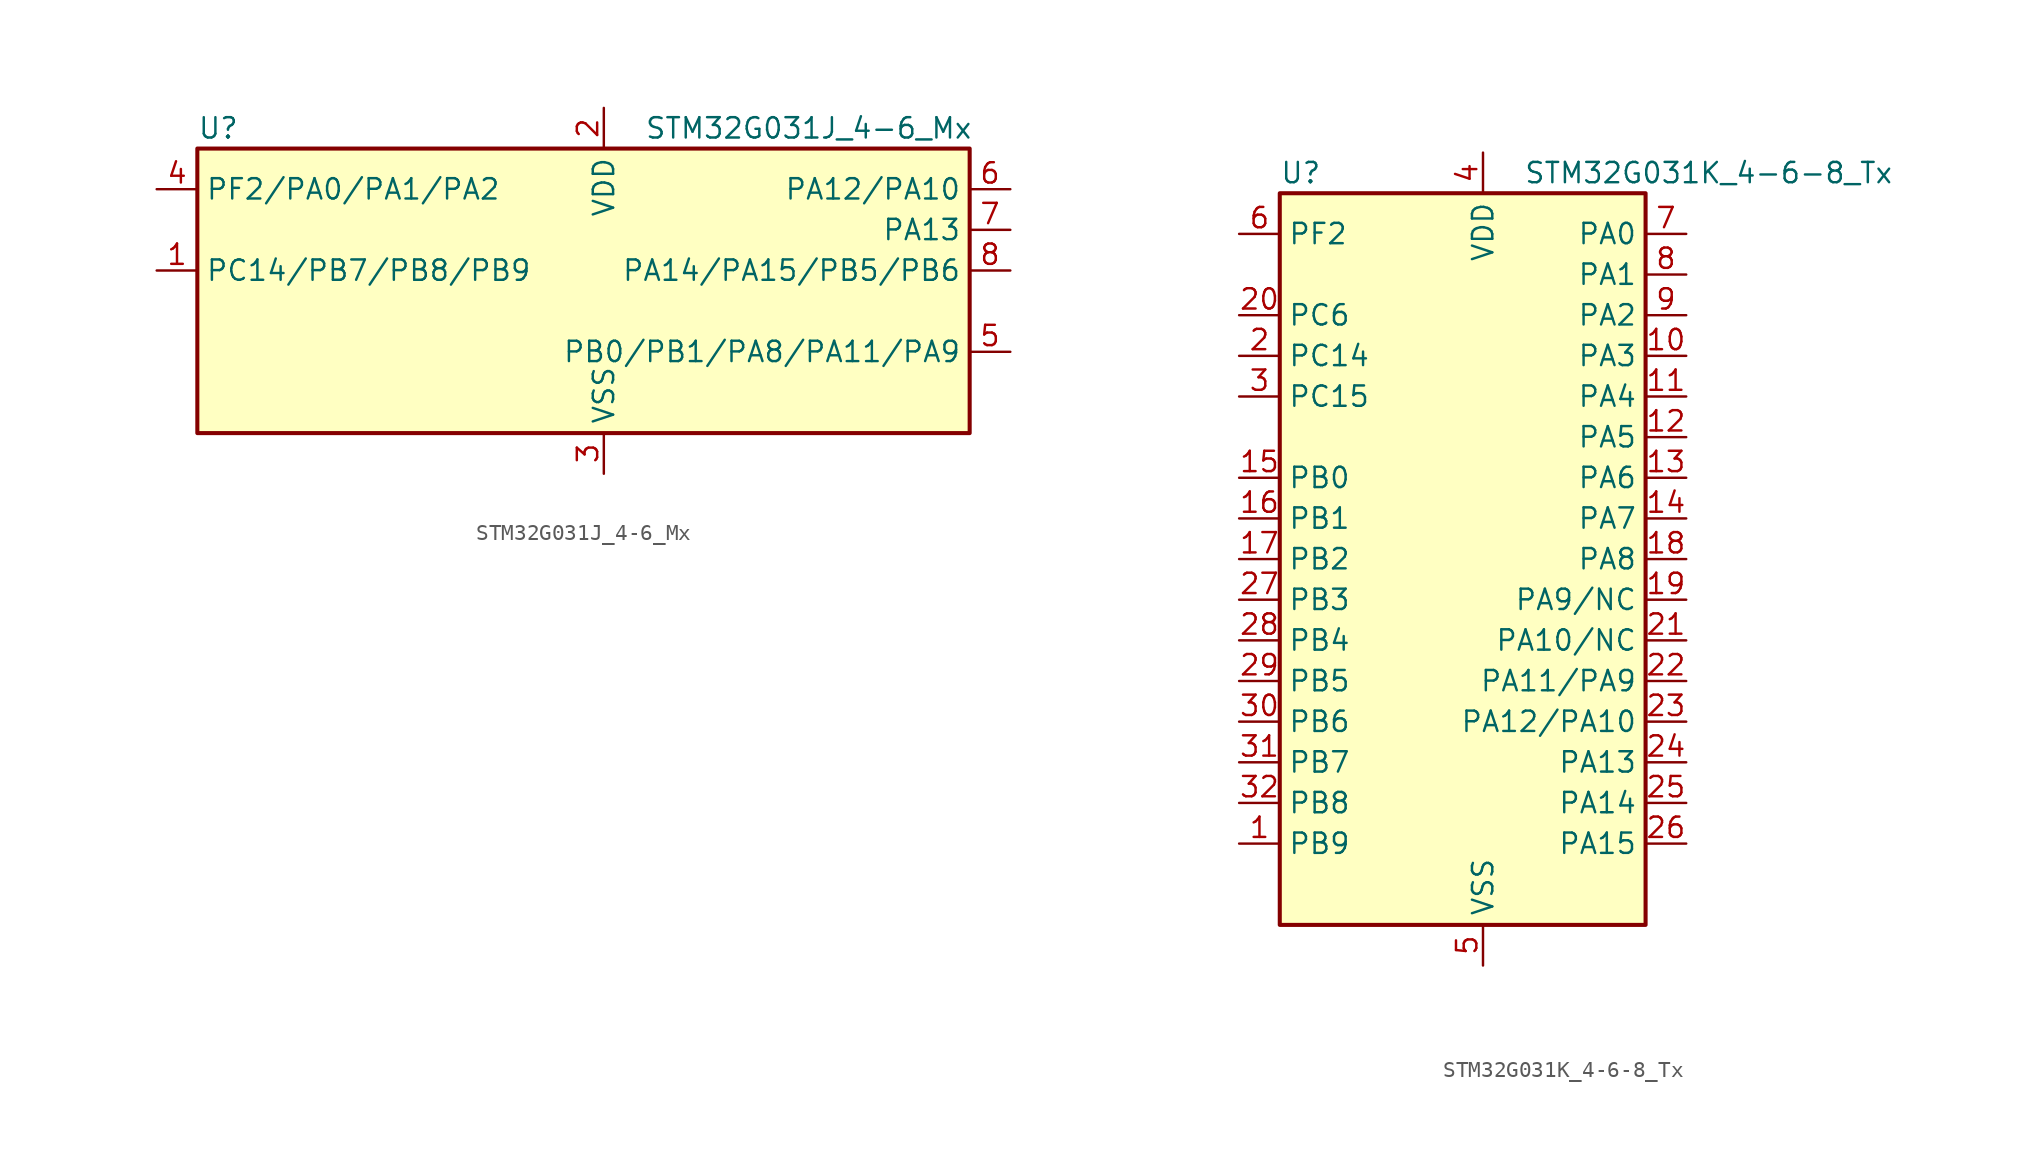
<source format=kicad_sym>
(kicad_symbol_lib
  (version 20211014)
  (generator kicad-library-utils)
  (symbol "STM32G031J_4-6_Mx"
    (property "Reference" "U"
      (at -22.86 11.43 0)
      (effects (font (size 1.27 1.27)) (justify left)))
    (property "Value" "STM32G031J_4-6_Mx"
      (at 5.08 11.43 0)
      (effects (font (size 1.27 1.27)) (justify left)))
    (property "ki_fp_filters" "SO*3.9x4.9mm*P1.27mm*"
      (at 0.0 0.0 0.0)
      (effects (font (size 1.27 1.27))))
    (symbol "STM32G031J_4-6_Mx_0_1"
      (rectangle (start -22.86 -7.62) (end 25.4 10.16) (stroke (width 0.254)) (fill (type background))))
    (symbol "STM32G031J_4-6_Mx_1_1"
      (pin bidirectional line (at -25.4 7.62 0) (length 2.54) (name "PF2/PA0/PA1/PA2" (effects (font (size 1.27 1.27)))) (number "4" (effects (font (size 1.27 1.27)))) (alternate "RCC_MCO" bidirectional line))
      (pin bidirectional line (at -25.4 2.54 0) (length 2.54) (name "PC14/PB7/PB8/PB9" (effects (font (size 1.27 1.27)))) (number "1" (effects (font (size 1.27 1.27)))) (alternate "RCC_OSC32_IN" bidirectional line) (alternate "RCC_OSC_IN" bidirectional line) (alternate "TIM1_BK2" bidirectional line))
      (pin bidirectional line (at 27.94 7.62 180) (length 2.54) (name "PA12/PA10" (effects (font (size 1.27 1.27)))) (number "6" (effects (font (size 1.27 1.27)))) (alternate "ADC1_IN16" bidirectional line) (alternate "I2C2_SDA" bidirectional line) (alternate "I2S1_SD" bidirectional line) (alternate "I2S_CKIN" bidirectional line) (alternate "SPI1_MOSI" bidirectional line) (alternate "TIM1_ETR" bidirectional line) (alternate "USART1_CK" bidirectional line) (alternate "USART1_DE" bidirectional line) (alternate "USART1_RTS" bidirectional line))
      (pin bidirectional line (at 27.94 5.08 180) (length 2.54) (name "PA13" (effects (font (size 1.27 1.27)))) (number "7" (effects (font (size 1.27 1.27)))) (alternate "ADC1_IN17" bidirectional line) (alternate "IR_OUT" bidirectional line) (alternate "SYS_SWDIO" bidirectional line))
      (pin bidirectional line (at 27.94 2.54 180) (length 2.54) (name "PA14/PA15/PB5/PB6" (effects (font (size 1.27 1.27)))) (number "8" (effects (font (size 1.27 1.27)))) (alternate "ADC1_IN18" bidirectional line) (alternate "SYS_SWCLK" bidirectional line))
      (pin bidirectional line (at 27.94 -2.54 180) (length 2.54) (name "PB0/PB1/PA8/PA11/PA9" (effects (font (size 1.27 1.27)))) (number "5" (effects (font (size 1.27 1.27)))) (alternate "ADC1_IN8" bidirectional line) (alternate "I2S1_WS" bidirectional line) (alternate "LPTIM1_OUT" bidirectional line) (alternate "SPI1_NSS" bidirectional line) (alternate "TIM1_CH2N" bidirectional line) (alternate "TIM3_CH3" bidirectional line))
      (pin power_in line (at 2.54 12.7 270) (length 2.54) (name "VDD" (effects (font (size 1.27 1.27)))) (number "2" (effects (font (size 1.27 1.27)))))
      (pin power_in line (at 2.54 -10.16 90) (length 2.54) (name "VSS" (effects (font (size 1.27 1.27)))) (number "3" (effects (font (size 1.27 1.27)))))))
  (symbol "STM32G031K_4-6-8_Tx"
    (property "Reference" "U"
      (at -10.16 24.13 0)
      (effects (font (size 1.27 1.27)) (justify left)))
    (property "Value" "STM32G031K_4-6-8_Tx"
      (at 5.08 24.13 0)
      (effects (font (size 1.27 1.27)) (justify left)))
    (property "ki_fp_filters" "LQFP*7x7mm*P0.8mm*"
      (at 0.0 0.0 0.0)
      (effects (font (size 1.27 1.27))))
    (symbol "STM32G031K_4-6-8_Tx_0_1"
      (rectangle (start -10.16 -22.86) (end 12.7 22.86) (stroke (width 0.254)) (fill (type background))))
    (symbol "STM32G031K_4-6-8_Tx_1_1"
      (pin bidirectional line (at -12.7 20.32 0) (length 2.54) (name "PF2" (effects (font (size 1.27 1.27)))) (number "6" (effects (font (size 1.27 1.27)))) (alternate "RCC_MCO" bidirectional line))
      (pin bidirectional line (at -12.7 15.24 0) (length 2.54) (name "PC6" (effects (font (size 1.27 1.27)))) (number "20" (effects (font (size 1.27 1.27)))) (alternate "TIM2_CH3" bidirectional line) (alternate "TIM3_CH1" bidirectional line))
      (pin bidirectional line (at -12.7 12.7 0) (length 2.54) (name "PC14" (effects (font (size 1.27 1.27)))) (number "2" (effects (font (size 1.27 1.27)))) (alternate "RCC_OSC32_IN" bidirectional line) (alternate "RCC_OSC_IN" bidirectional line) (alternate "TIM1_BK2" bidirectional line))
      (pin bidirectional line (at -12.7 10.16 0) (length 2.54) (name "PC15" (effects (font (size 1.27 1.27)))) (number "3" (effects (font (size 1.27 1.27)))) (alternate "RCC_OSC32_EN" bidirectional line) (alternate "RCC_OSC32_OUT" bidirectional line) (alternate "RCC_OSC_EN" bidirectional line))
      (pin bidirectional line (at -12.7 5.08 0) (length 2.54) (name "PB0" (effects (font (size 1.27 1.27)))) (number "15" (effects (font (size 1.27 1.27)))) (alternate "ADC1_IN8" bidirectional line) (alternate "I2S1_WS" bidirectional line) (alternate "LPTIM1_OUT" bidirectional line) (alternate "SPI1_NSS" bidirectional line) (alternate "TIM1_CH2N" bidirectional line) (alternate "TIM3_CH3" bidirectional line))
      (pin bidirectional line (at -12.7 2.54 0) (length 2.54) (name "PB1" (effects (font (size 1.27 1.27)))) (number "16" (effects (font (size 1.27 1.27)))) (alternate "ADC1_IN9" bidirectional line) (alternate "LPTIM2_IN1" bidirectional line) (alternate "LPUART1_DE" bidirectional line) (alternate "LPUART1_RTS" bidirectional line) (alternate "TIM14_CH1" bidirectional line) (alternate "TIM1_CH3N" bidirectional line) (alternate "TIM3_CH4" bidirectional line))
      (pin bidirectional line (at -12.7 0.0 0) (length 2.54) (name "PB2" (effects (font (size 1.27 1.27)))) (number "17" (effects (font (size 1.27 1.27)))) (alternate "ADC1_IN10" bidirectional line) (alternate "LPTIM1_OUT" bidirectional line) (alternate "SPI2_MISO" bidirectional line))
      (pin bidirectional line (at -12.7 -2.54 0) (length 2.54) (name "PB3" (effects (font (size 1.27 1.27)))) (number "27" (effects (font (size 1.27 1.27)))) (alternate "I2S1_CK" bidirectional line) (alternate "SPI1_SCK" bidirectional line) (alternate "TIM1_CH2" bidirectional line) (alternate "TIM2_CH2" bidirectional line) (alternate "USART1_CK" bidirectional line) (alternate "USART1_DE" bidirectional line) (alternate "USART1_RTS" bidirectional line))
      (pin bidirectional line (at -12.7 -5.08 0) (length 2.54) (name "PB4" (effects (font (size 1.27 1.27)))) (number "28" (effects (font (size 1.27 1.27)))) (alternate "I2S1_MCK" bidirectional line) (alternate "SPI1_MISO" bidirectional line) (alternate "TIM17_BK" bidirectional line) (alternate "TIM3_CH1" bidirectional line) (alternate "USART1_CTS" bidirectional line) (alternate "USART1_NSS" bidirectional line))
      (pin bidirectional line (at -12.7 -7.62 0) (length 2.54) (name "PB5" (effects (font (size 1.27 1.27)))) (number "29" (effects (font (size 1.27 1.27)))) (alternate "I2C1_SMBA" bidirectional line) (alternate "I2S1_SD" bidirectional line) (alternate "LPTIM1_IN1" bidirectional line) (alternate "SPI1_MOSI" bidirectional line) (alternate "SYS_WKUP6" bidirectional line) (alternate "TIM16_BK" bidirectional line) (alternate "TIM3_CH2" bidirectional line))
      (pin bidirectional line (at -12.7 -10.16 0) (length 2.54) (name "PB6" (effects (font (size 1.27 1.27)))) (number "30" (effects (font (size 1.27 1.27)))) (alternate "I2C1_SCL" bidirectional line) (alternate "LPTIM1_ETR" bidirectional line) (alternate "SPI2_MISO" bidirectional line) (alternate "TIM16_CH1N" bidirectional line) (alternate "TIM1_CH3" bidirectional line) (alternate "USART1_TX" bidirectional line))
      (pin bidirectional line (at -12.7 -12.7 0) (length 2.54) (name "PB7" (effects (font (size 1.27 1.27)))) (number "31" (effects (font (size 1.27 1.27)))) (alternate "ADC1_IN11" bidirectional line) (alternate "I2C1_SDA" bidirectional line) (alternate "LPTIM1_IN2" bidirectional line) (alternate "SPI2_MOSI" bidirectional line) (alternate "SYS_PVD_IN" bidirectional line) (alternate "TIM17_CH1N" bidirectional line) (alternate "USART1_RX" bidirectional line))
      (pin bidirectional line (at -12.7 -15.24 0) (length 2.54) (name "PB8" (effects (font (size 1.27 1.27)))) (number "32" (effects (font (size 1.27 1.27)))) (alternate "I2C1_SCL" bidirectional line) (alternate "SPI2_SCK" bidirectional line) (alternate "TIM16_CH1" bidirectional line))
      (pin bidirectional line (at -12.7 -17.78 0) (length 2.54) (name "PB9" (effects (font (size 1.27 1.27)))) (number "1" (effects (font (size 1.27 1.27)))) (alternate "I2C1_SDA" bidirectional line) (alternate "IR_OUT" bidirectional line) (alternate "SPI2_NSS" bidirectional line) (alternate "TIM17_CH1" bidirectional line))
      (pin bidirectional line (at 15.24 20.32 180) (length 2.54) (name "PA0" (effects (font (size 1.27 1.27)))) (number "7" (effects (font (size 1.27 1.27)))) (alternate "ADC1_IN0" bidirectional line) (alternate "LPTIM1_OUT" bidirectional line) (alternate "RTC_TAMP_IN2" bidirectional line) (alternate "SPI2_SCK" bidirectional line) (alternate "SYS_WKUP1" bidirectional line) (alternate "TIM2_CH1" bidirectional line) (alternate "TIM2_ETR" bidirectional line) (alternate "USART2_CTS" bidirectional line) (alternate "USART2_NSS" bidirectional line))
      (pin bidirectional line (at 15.24 17.78 180) (length 2.54) (name "PA1" (effects (font (size 1.27 1.27)))) (number "8" (effects (font (size 1.27 1.27)))) (alternate "ADC1_IN1" bidirectional line) (alternate "I2C1_SMBA" bidirectional line) (alternate "I2S1_CK" bidirectional line) (alternate "SPI1_SCK" bidirectional line) (alternate "TIM2_CH2" bidirectional line) (alternate "USART2_CK" bidirectional line) (alternate "USART2_DE" bidirectional line) (alternate "USART2_RTS" bidirectional line))
      (pin bidirectional line (at 15.24 15.24 180) (length 2.54) (name "PA2" (effects (font (size 1.27 1.27)))) (number "9" (effects (font (size 1.27 1.27)))) (alternate "ADC1_IN2" bidirectional line) (alternate "I2S1_SD" bidirectional line) (alternate "LPUART1_TX" bidirectional line) (alternate "RCC_LSCO" bidirectional line) (alternate "SPI1_MOSI" bidirectional line) (alternate "SYS_WKUP4" bidirectional line) (alternate "TIM2_CH3" bidirectional line) (alternate "USART2_TX" bidirectional line))
      (pin bidirectional line (at 15.24 12.7 180) (length 2.54) (name "PA3" (effects (font (size 1.27 1.27)))) (number "10" (effects (font (size 1.27 1.27)))) (alternate "ADC1_IN3" bidirectional line) (alternate "LPUART1_RX" bidirectional line) (alternate "SPI2_MISO" bidirectional line) (alternate "TIM2_CH4" bidirectional line) (alternate "USART2_RX" bidirectional line))
      (pin bidirectional line (at 15.24 10.16 180) (length 2.54) (name "PA4" (effects (font (size 1.27 1.27)))) (number "11" (effects (font (size 1.27 1.27)))) (alternate "ADC1_IN4" bidirectional line) (alternate "I2S1_WS" bidirectional line) (alternate "LPTIM2_OUT" bidirectional line) (alternate "RTC_OUT_ALARM" bidirectional line) (alternate "RTC_OUT_CALIB" bidirectional line) (alternate "RTC_TAMP_IN1" bidirectional line) (alternate "RTC_TS" bidirectional line) (alternate "SPI1_NSS" bidirectional line) (alternate "SPI2_MOSI" bidirectional line) (alternate "SYS_WKUP2" bidirectional line) (alternate "TIM14_CH1" bidirectional line))
      (pin bidirectional line (at 15.24 7.62 180) (length 2.54) (name "PA5" (effects (font (size 1.27 1.27)))) (number "12" (effects (font (size 1.27 1.27)))) (alternate "ADC1_IN5" bidirectional line) (alternate "I2S1_CK" bidirectional line) (alternate "LPTIM2_ETR" bidirectional line) (alternate "SPI1_SCK" bidirectional line) (alternate "TIM2_CH1" bidirectional line) (alternate "TIM2_ETR" bidirectional line))
      (pin bidirectional line (at 15.24 5.08 180) (length 2.54) (name "PA6" (effects (font (size 1.27 1.27)))) (number "13" (effects (font (size 1.27 1.27)))) (alternate "ADC1_IN6" bidirectional line) (alternate "I2S1_MCK" bidirectional line) (alternate "LPUART1_CTS" bidirectional line) (alternate "SPI1_MISO" bidirectional line) (alternate "TIM16_CH1" bidirectional line) (alternate "TIM1_BK" bidirectional line) (alternate "TIM3_CH1" bidirectional line))
      (pin bidirectional line (at 15.24 2.54 180) (length 2.54) (name "PA7" (effects (font (size 1.27 1.27)))) (number "14" (effects (font (size 1.27 1.27)))) (alternate "ADC1_IN7" bidirectional line) (alternate "I2S1_SD" bidirectional line) (alternate "SPI1_MOSI" bidirectional line) (alternate "TIM14_CH1" bidirectional line) (alternate "TIM17_CH1" bidirectional line) (alternate "TIM1_CH1N" bidirectional line) (alternate "TIM3_CH2" bidirectional line))
      (pin bidirectional line (at 15.24 0.0 180) (length 2.54) (name "PA8" (effects (font (size 1.27 1.27)))) (number "18" (effects (font (size 1.27 1.27)))) (alternate "LPTIM2_OUT" bidirectional line) (alternate "RCC_MCO" bidirectional line) (alternate "SPI2_NSS" bidirectional line) (alternate "TIM1_CH1" bidirectional line))
      (pin bidirectional line (at 15.24 -2.54 180) (length 2.54) (name "PA9/NC" (effects (font (size 1.27 1.27)))) (number "19" (effects (font (size 1.27 1.27)))) (alternate "I2C1_SCL" bidirectional line) (alternate "RCC_MCO" bidirectional line) (alternate "SPI2_MISO" bidirectional line) (alternate "TIM1_CH2" bidirectional line) (alternate "USART1_TX" bidirectional line))
      (pin bidirectional line (at 15.24 -5.08 180) (length 2.54) (name "PA10/NC" (effects (font (size 1.27 1.27)))) (number "21" (effects (font (size 1.27 1.27)))) (alternate "I2C1_SDA" bidirectional line) (alternate "SPI2_MOSI" bidirectional line) (alternate "TIM17_BK" bidirectional line) (alternate "TIM1_CH3" bidirectional line) (alternate "USART1_RX" bidirectional line))
      (pin bidirectional line (at 15.24 -7.62 180) (length 2.54) (name "PA11/PA9" (effects (font (size 1.27 1.27)))) (number "22" (effects (font (size 1.27 1.27)))) (alternate "ADC1_EXTI11" bidirectional line) (alternate "ADC1_IN15" bidirectional line) (alternate "I2C2_SCL" bidirectional line) (alternate "I2S1_MCK" bidirectional line) (alternate "SPI1_MISO" bidirectional line) (alternate "TIM1_BK2" bidirectional line) (alternate "TIM1_CH4" bidirectional line) (alternate "USART1_CTS" bidirectional line) (alternate "USART1_NSS" bidirectional line))
      (pin bidirectional line (at 15.24 -10.16 180) (length 2.54) (name "PA12/PA10" (effects (font (size 1.27 1.27)))) (number "23" (effects (font (size 1.27 1.27)))) (alternate "ADC1_IN16" bidirectional line) (alternate "I2C2_SDA" bidirectional line) (alternate "I2S1_SD" bidirectional line) (alternate "I2S_CKIN" bidirectional line) (alternate "SPI1_MOSI" bidirectional line) (alternate "TIM1_ETR" bidirectional line) (alternate "USART1_CK" bidirectional line) (alternate "USART1_DE" bidirectional line) (alternate "USART1_RTS" bidirectional line))
      (pin bidirectional line (at 15.24 -12.7 180) (length 2.54) (name "PA13" (effects (font (size 1.27 1.27)))) (number "24" (effects (font (size 1.27 1.27)))) (alternate "ADC1_IN17" bidirectional line) (alternate "IR_OUT" bidirectional line) (alternate "SYS_SWDIO" bidirectional line))
      (pin bidirectional line (at 15.24 -15.24 180) (length 2.54) (name "PA14" (effects (font (size 1.27 1.27)))) (number "25" (effects (font (size 1.27 1.27)))) (alternate "ADC1_IN18" bidirectional line) (alternate "SYS_SWCLK" bidirectional line) (alternate "USART2_TX" bidirectional line))
      (pin bidirectional line (at 15.24 -17.78 180) (length 2.54) (name "PA15" (effects (font (size 1.27 1.27)))) (number "26" (effects (font (size 1.27 1.27)))) (alternate "I2S1_WS" bidirectional line) (alternate "SPI1_NSS" bidirectional line) (alternate "TIM2_CH1" bidirectional line) (alternate "TIM2_ETR" bidirectional line) (alternate "USART2_RX" bidirectional line))
      (pin power_in line (at 2.54 25.4 270) (length 2.54) (name "VDD" (effects (font (size 1.27 1.27)))) (number "4" (effects (font (size 1.27 1.27)))))
      (pin power_in line (at 2.54 -25.4 90) (length 2.54) (name "VSS" (effects (font (size 1.27 1.27)))) (number "5" (effects (font (size 1.27 1.27))))))))
</source>
